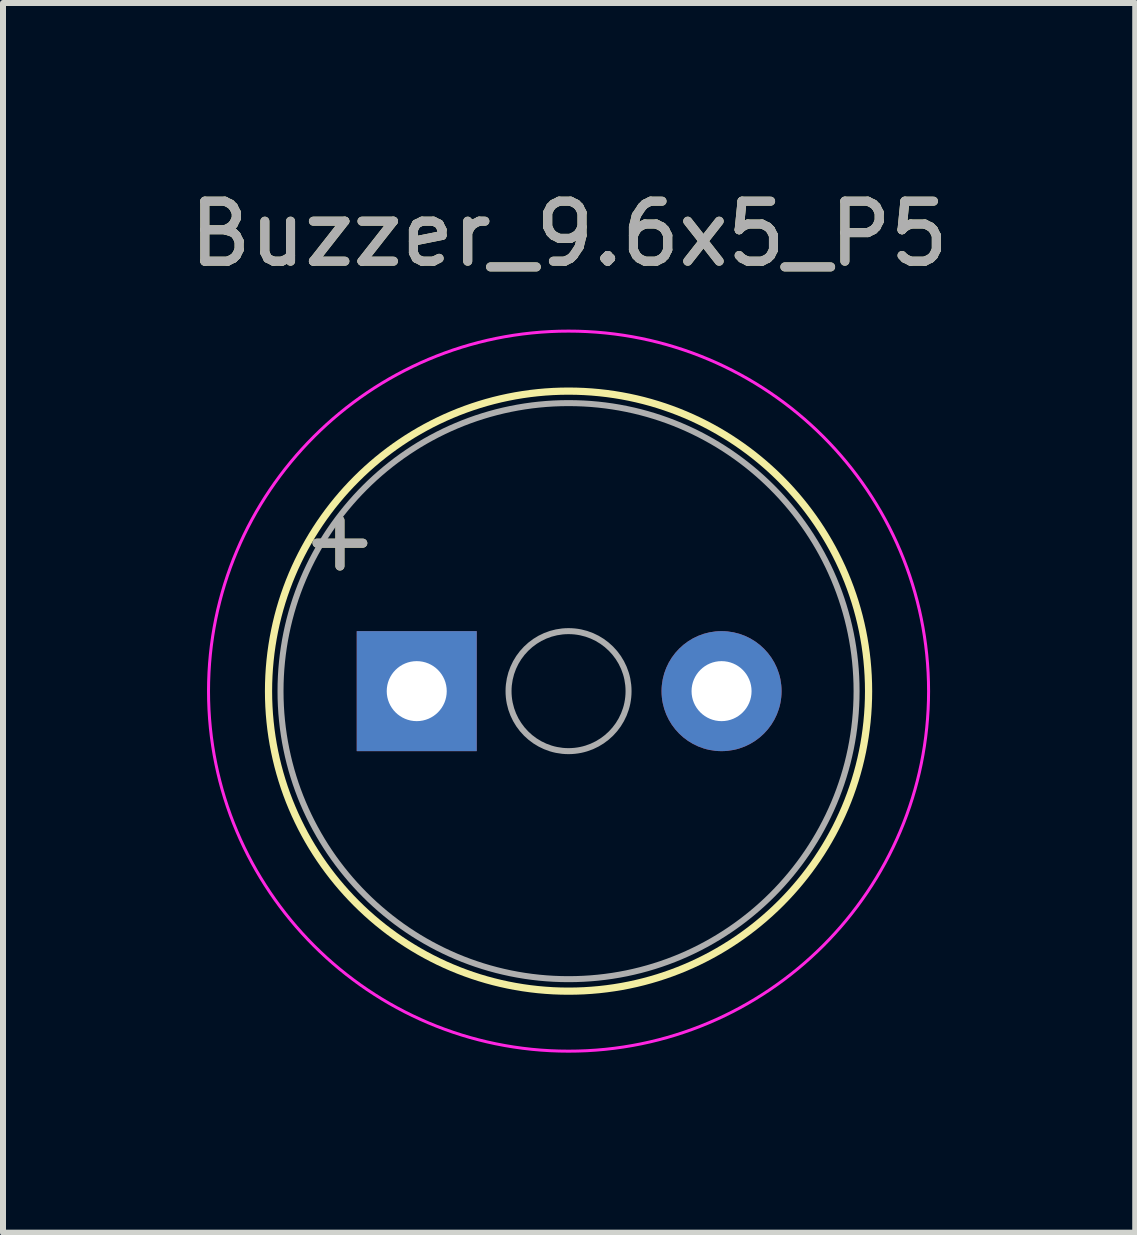
<source format=kicad_pcb>
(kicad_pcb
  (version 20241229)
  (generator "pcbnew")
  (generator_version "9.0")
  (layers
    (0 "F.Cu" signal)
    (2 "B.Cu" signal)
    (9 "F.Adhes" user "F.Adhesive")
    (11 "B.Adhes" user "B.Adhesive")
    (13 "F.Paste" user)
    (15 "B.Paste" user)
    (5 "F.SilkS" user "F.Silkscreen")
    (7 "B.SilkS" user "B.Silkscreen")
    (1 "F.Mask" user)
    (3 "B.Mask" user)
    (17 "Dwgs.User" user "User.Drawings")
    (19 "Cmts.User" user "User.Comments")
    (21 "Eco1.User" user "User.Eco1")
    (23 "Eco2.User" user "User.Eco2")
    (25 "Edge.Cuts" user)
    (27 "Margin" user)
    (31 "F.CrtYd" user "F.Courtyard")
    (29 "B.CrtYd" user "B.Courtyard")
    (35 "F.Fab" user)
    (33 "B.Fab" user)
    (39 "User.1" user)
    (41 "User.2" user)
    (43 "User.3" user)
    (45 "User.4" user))
  (footprint "Buzzer_9.6x5_P5"
    (layer "F.Cu")
    (at 2.625 8.468)
    (property "Reference" "Buzzer_9.6x5_P5" (at 3.81 -7.62 0) (layer "F.SilkS") (effects (font (size 1 1) (thickness 0.15))))
    (attr through_hole)
    (fp_circle (center 3.8 0) (end 8.8 0) (stroke (width 0.12) (type solid)) (fill no) (layer "F.SilkS"))
    (fp_circle (center 3.8 0) (end 9.8 0) (stroke (width 0.05) (type solid)) (fill no) (layer "F.CrtYd"))
    (fp_circle (center 3.8 0) (end 4.8 0) (stroke (width 0.1) (type solid)) (fill no) (layer "F.Fab"))
    (fp_circle (center 3.8 0) (end 8.6 0) (stroke (width 0.1) (type solid)) (fill no) (layer "F.Fab"))
    (fp_text user "+" (at -0.01 -2.54 0) (layer "F.SilkS") (effects (font (size 1 1) (thickness 0.15))))
    (fp_text user "${REFERENCE}" (at 3.81 -7.62 0) (layer "F.Fab") (effects (font (size 1 1) (thickness 0.15))))
    (fp_text user "+" (at -0.01 -2.54 0) (layer "F.Fab") (effects (font (size 1 1) (thickness 0.15))))
    (pad "1" thru_hole rect (at 1.27 0) (size 2 2) (drill 1) (layers "*.Cu" "*.Mask"))
    (pad "2" thru_hole circle (at 6.35 0) (size 2 2) (drill 1) (layers "*.Cu" "*.Mask")))
  (gr_rect
    (start -3 -3)
    (end 15.869 17.493)
    (stroke (width 0.1) (type default))
    (fill no)
    (layer "Edge.Cuts")))
</source>
